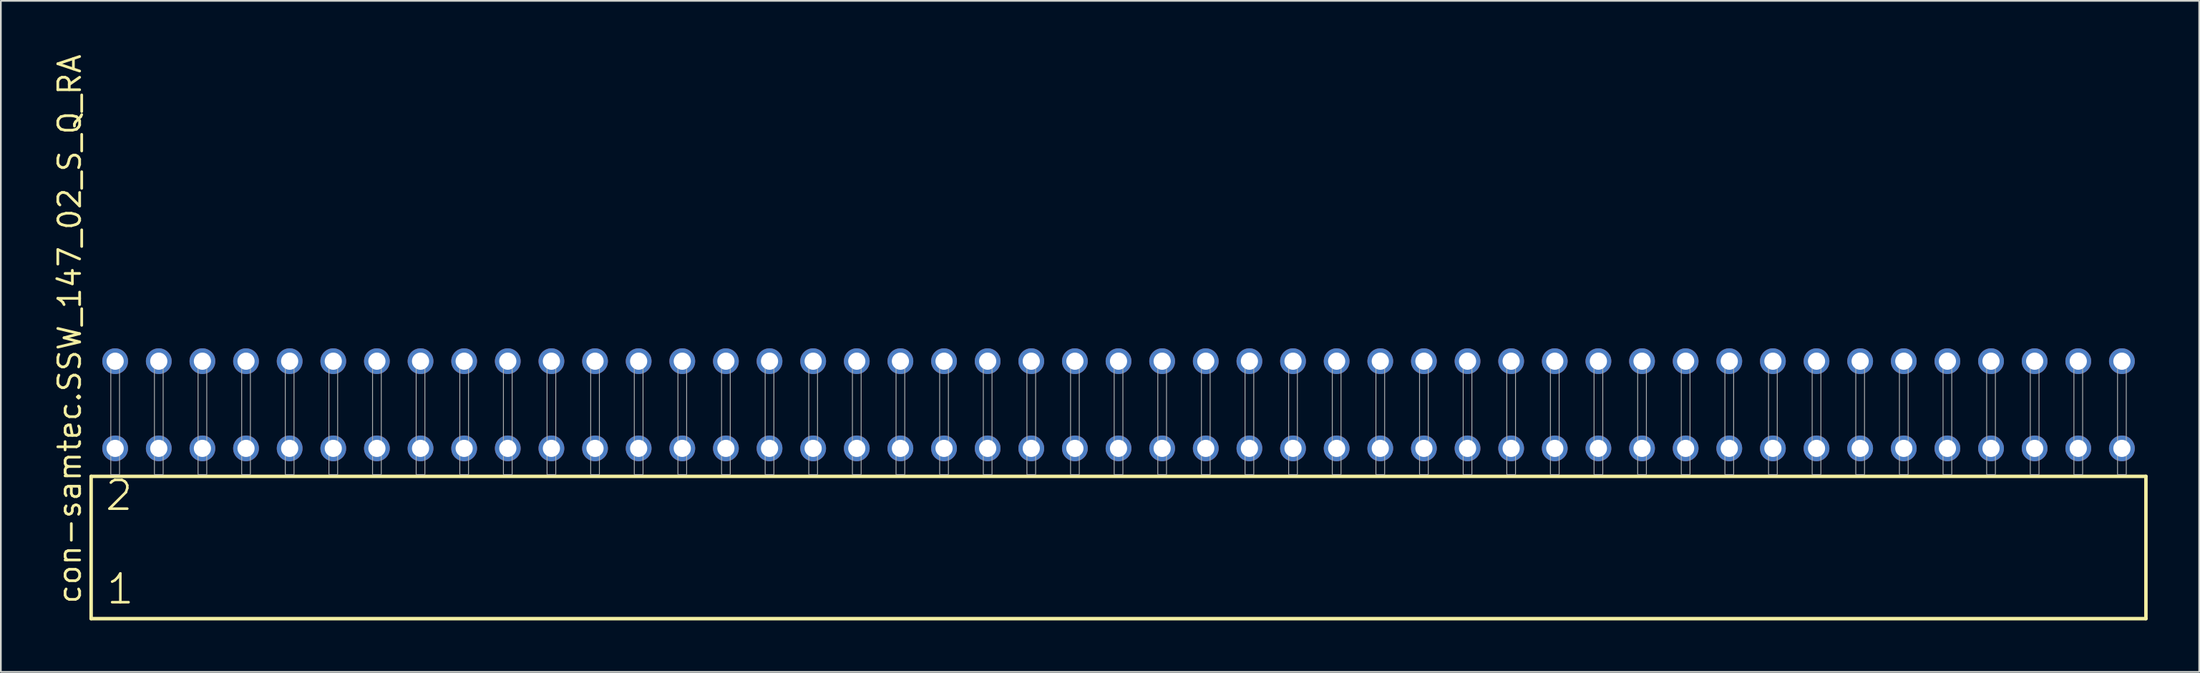
<source format=kicad_pcb>
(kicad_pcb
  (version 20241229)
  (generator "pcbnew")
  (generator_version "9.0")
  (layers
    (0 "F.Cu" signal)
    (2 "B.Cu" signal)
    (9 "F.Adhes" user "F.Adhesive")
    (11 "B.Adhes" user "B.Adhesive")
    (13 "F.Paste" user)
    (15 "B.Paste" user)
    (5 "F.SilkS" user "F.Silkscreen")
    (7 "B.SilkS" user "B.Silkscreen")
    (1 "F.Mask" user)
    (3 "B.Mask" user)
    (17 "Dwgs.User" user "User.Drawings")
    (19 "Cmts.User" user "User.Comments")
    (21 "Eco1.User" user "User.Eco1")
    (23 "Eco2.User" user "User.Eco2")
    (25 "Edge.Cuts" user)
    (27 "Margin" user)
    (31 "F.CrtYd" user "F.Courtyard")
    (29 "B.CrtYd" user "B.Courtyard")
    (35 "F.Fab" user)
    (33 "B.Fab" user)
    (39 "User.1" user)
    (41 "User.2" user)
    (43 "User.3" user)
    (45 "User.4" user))
  (footprint "con-samtec.SSW_147_02_S_Q_RA"
    (layer "F.Cu")
    (at 62.075 24.598)
    (property "Reference" "con-samtec.SSW_147_02_S_Q_RA" (at -60.325 7.62 90) (layer "F.SilkS") (effects (font (size 1.27 1.27) (thickness 0.16)) (justify left bottom)))
    (attr through_hole)
    (fp_line (start -59.819 0.106) (end -59.819 8.396) (stroke (width 0.203) (type default)) (layer "F.SilkS"))
    (fp_line (start -59.819 8.396) (end 59.819 8.396) (stroke (width 0.203) (type default)) (layer "F.SilkS"))
    (fp_line (start 59.819 0.106) (end -59.819 0.106) (stroke (width 0.203) (type default)) (layer "F.SilkS"))
    (fp_line (start 59.819 8.396) (end 59.819 0.106) (stroke (width 0.203) (type default)) (layer "F.SilkS"))
    (fp_rect (start -58.674 0) (end -58.166 -6.858) (stroke (width 0.05) (type default)) (fill no) (layer "F.Fab"))
    (fp_rect (start -56.134 0) (end -55.626 -6.858) (stroke (width 0.05) (type default)) (fill no) (layer "F.Fab"))
    (fp_rect (start -53.594 0) (end -53.086 -6.858) (stroke (width 0.05) (type default)) (fill no) (layer "F.Fab"))
    (fp_rect (start -51.054 0) (end -50.546 -6.858) (stroke (width 0.05) (type default)) (fill no) (layer "F.Fab"))
    (fp_rect (start -48.514 0) (end -48.006 -6.858) (stroke (width 0.05) (type default)) (fill no) (layer "F.Fab"))
    (fp_rect (start -45.974 0) (end -45.466 -6.858) (stroke (width 0.05) (type default)) (fill no) (layer "F.Fab"))
    (fp_rect (start -43.434 0) (end -42.926 -6.858) (stroke (width 0.05) (type default)) (fill no) (layer "F.Fab"))
    (fp_rect (start -40.894 0) (end -40.386 -6.858) (stroke (width 0.05) (type default)) (fill no) (layer "F.Fab"))
    (fp_rect (start -38.354 0) (end -37.846 -6.858) (stroke (width 0.05) (type default)) (fill no) (layer "F.Fab"))
    (fp_rect (start -35.814 0) (end -35.306 -6.858) (stroke (width 0.05) (type default)) (fill no) (layer "F.Fab"))
    (fp_rect (start -33.274 0) (end -32.766 -6.858) (stroke (width 0.05) (type default)) (fill no) (layer "F.Fab"))
    (fp_rect (start -30.734 0) (end -30.226 -6.858) (stroke (width 0.05) (type default)) (fill no) (layer "F.Fab"))
    (fp_rect (start -28.194 0) (end -27.686 -6.858) (stroke (width 0.05) (type default)) (fill no) (layer "F.Fab"))
    (fp_rect (start -25.654 0) (end -25.146 -6.858) (stroke (width 0.05) (type default)) (fill no) (layer "F.Fab"))
    (fp_rect (start -23.114 0) (end -22.606 -6.858) (stroke (width 0.05) (type default)) (fill no) (layer "F.Fab"))
    (fp_rect (start -20.574 0) (end -20.066 -6.858) (stroke (width 0.05) (type default)) (fill no) (layer "F.Fab"))
    (fp_rect (start -18.034 0) (end -17.526 -6.858) (stroke (width 0.05) (type default)) (fill no) (layer "F.Fab"))
    (fp_rect (start -15.494 0) (end -14.986 -6.858) (stroke (width 0.05) (type default)) (fill no) (layer "F.Fab"))
    (fp_rect (start -12.954 0) (end -12.446 -6.858) (stroke (width 0.05) (type default)) (fill no) (layer "F.Fab"))
    (fp_rect (start -10.414 0) (end -9.906 -6.858) (stroke (width 0.05) (type default)) (fill no) (layer "F.Fab"))
    (fp_rect (start -7.874 0) (end -7.366 -6.858) (stroke (width 0.05) (type default)) (fill no) (layer "F.Fab"))
    (fp_rect (start -5.334 0) (end -4.826 -6.858) (stroke (width 0.05) (type default)) (fill no) (layer "F.Fab"))
    (fp_rect (start -2.794 0) (end -2.286 -6.858) (stroke (width 0.05) (type default)) (fill no) (layer "F.Fab"))
    (fp_rect (start -0.254 0) (end 0.254 -6.858) (stroke (width 0.05) (type default)) (fill no) (layer "F.Fab"))
    (fp_rect (start 2.286 0) (end 2.794 -6.858) (stroke (width 0.05) (type default)) (fill no) (layer "F.Fab"))
    (fp_rect (start 4.826 0) (end 5.334 -6.858) (stroke (width 0.05) (type default)) (fill no) (layer "F.Fab"))
    (fp_rect (start 7.366 0) (end 7.874 -6.858) (stroke (width 0.05) (type default)) (fill no) (layer "F.Fab"))
    (fp_rect (start 9.906 0) (end 10.414 -6.858) (stroke (width 0.05) (type default)) (fill no) (layer "F.Fab"))
    (fp_rect (start 12.446 0) (end 12.954 -6.858) (stroke (width 0.05) (type default)) (fill no) (layer "F.Fab"))
    (fp_rect (start 14.986 0) (end 15.494 -6.858) (stroke (width 0.05) (type default)) (fill no) (layer "F.Fab"))
    (fp_rect (start 17.526 0) (end 18.034 -6.858) (stroke (width 0.05) (type default)) (fill no) (layer "F.Fab"))
    (fp_rect (start 20.066 0) (end 20.574 -6.858) (stroke (width 0.05) (type default)) (fill no) (layer "F.Fab"))
    (fp_rect (start 22.606 0) (end 23.114 -6.858) (stroke (width 0.05) (type default)) (fill no) (layer "F.Fab"))
    (fp_rect (start 25.146 0) (end 25.654 -6.858) (stroke (width 0.05) (type default)) (fill no) (layer "F.Fab"))
    (fp_rect (start 27.686 0) (end 28.194 -6.858) (stroke (width 0.05) (type default)) (fill no) (layer "F.Fab"))
    (fp_rect (start 30.226 0) (end 30.734 -6.858) (stroke (width 0.05) (type default)) (fill no) (layer "F.Fab"))
    (fp_rect (start 32.766 0) (end 33.274 -6.858) (stroke (width 0.05) (type default)) (fill no) (layer "F.Fab"))
    (fp_rect (start 35.306 0) (end 35.814 -6.858) (stroke (width 0.05) (type default)) (fill no) (layer "F.Fab"))
    (fp_rect (start 37.846 0) (end 38.354 -6.858) (stroke (width 0.05) (type default)) (fill no) (layer "F.Fab"))
    (fp_rect (start 40.386 0) (end 40.894 -6.858) (stroke (width 0.05) (type default)) (fill no) (layer "F.Fab"))
    (fp_rect (start 42.926 0) (end 43.434 -6.858) (stroke (width 0.05) (type default)) (fill no) (layer "F.Fab"))
    (fp_rect (start 45.466 0) (end 45.974 -6.858) (stroke (width 0.05) (type default)) (fill no) (layer "F.Fab"))
    (fp_rect (start 48.006 0) (end 48.514 -6.858) (stroke (width 0.05) (type default)) (fill no) (layer "F.Fab"))
    (fp_rect (start 50.546 0) (end 51.054 -6.858) (stroke (width 0.05) (type default)) (fill no) (layer "F.Fab"))
    (fp_rect (start 53.086 0) (end 53.594 -6.858) (stroke (width 0.05) (type default)) (fill no) (layer "F.Fab"))
    (fp_rect (start 55.626 0) (end 56.134 -6.858) (stroke (width 0.05) (type default)) (fill no) (layer "F.Fab"))
    (fp_rect (start 58.166 0) (end 58.674 -6.858) (stroke (width 0.05) (type default)) (fill no) (layer "F.Fab"))
    (fp_text user "2" (at -59.09 2.2 0) (layer "F.SilkS") (effects (font (size 1.676 1.676) (thickness 0.15)) (justify left bottom)))
    (fp_text user "1" (at -59.015 7.65 0) (layer "F.SilkS") (effects (font (size 1.676 1.676) (thickness 0.15)) (justify left bottom)))
    (pad "1" thru_hole circle (at -58.42 -1.524) (size 1.5 1.5) (drill 1) (layers "*.Cu" "*.Mask"))
    (pad "2" thru_hole circle (at -58.42 -6.604) (size 1.5 1.5) (drill 1) (layers "*.Cu" "*.Mask"))
    (pad "3" thru_hole circle (at -55.88 -1.524) (size 1.5 1.5) (drill 1) (layers "*.Cu" "*.Mask"))
    (pad "4" thru_hole circle (at -55.88 -6.604) (size 1.5 1.5) (drill 1) (layers "*.Cu" "*.Mask"))
    (pad "5" thru_hole circle (at -53.34 -1.524) (size 1.5 1.5) (drill 1) (layers "*.Cu" "*.Mask"))
    (pad "6" thru_hole circle (at -53.34 -6.604) (size 1.5 1.5) (drill 1) (layers "*.Cu" "*.Mask"))
    (pad "7" thru_hole circle (at -50.8 -1.524) (size 1.5 1.5) (drill 1) (layers "*.Cu" "*.Mask"))
    (pad "8" thru_hole circle (at -50.8 -6.604) (size 1.5 1.5) (drill 1) (layers "*.Cu" "*.Mask"))
    (pad "9" thru_hole circle (at -48.26 -1.524) (size 1.5 1.5) (drill 1) (layers "*.Cu" "*.Mask"))
    (pad "10" thru_hole circle (at -48.26 -6.604) (size 1.5 1.5) (drill 1) (layers "*.Cu" "*.Mask"))
    (pad "11" thru_hole circle (at -45.72 -1.524) (size 1.5 1.5) (drill 1) (layers "*.Cu" "*.Mask"))
    (pad "12" thru_hole circle (at -45.72 -6.604) (size 1.5 1.5) (drill 1) (layers "*.Cu" "*.Mask"))
    (pad "13" thru_hole circle (at -43.18 -1.524) (size 1.5 1.5) (drill 1) (layers "*.Cu" "*.Mask"))
    (pad "14" thru_hole circle (at -43.18 -6.604) (size 1.5 1.5) (drill 1) (layers "*.Cu" "*.Mask"))
    (pad "15" thru_hole circle (at -40.64 -1.524) (size 1.5 1.5) (drill 1) (layers "*.Cu" "*.Mask"))
    (pad "16" thru_hole circle (at -40.64 -6.604) (size 1.5 1.5) (drill 1) (layers "*.Cu" "*.Mask"))
    (pad "17" thru_hole circle (at -38.1 -1.524) (size 1.5 1.5) (drill 1) (layers "*.Cu" "*.Mask"))
    (pad "18" thru_hole circle (at -38.1 -6.604) (size 1.5 1.5) (drill 1) (layers "*.Cu" "*.Mask"))
    (pad "19" thru_hole circle (at -35.56 -1.524) (size 1.5 1.5) (drill 1) (layers "*.Cu" "*.Mask"))
    (pad "20" thru_hole circle (at -35.56 -6.604) (size 1.5 1.5) (drill 1) (layers "*.Cu" "*.Mask"))
    (pad "21" thru_hole circle (at -33.02 -1.524) (size 1.5 1.5) (drill 1) (layers "*.Cu" "*.Mask"))
    (pad "22" thru_hole circle (at -33.02 -6.604) (size 1.5 1.5) (drill 1) (layers "*.Cu" "*.Mask"))
    (pad "23" thru_hole circle (at -30.48 -1.524) (size 1.5 1.5) (drill 1) (layers "*.Cu" "*.Mask"))
    (pad "24" thru_hole circle (at -30.48 -6.604) (size 1.5 1.5) (drill 1) (layers "*.Cu" "*.Mask"))
    (pad "25" thru_hole circle (at -27.94 -1.524) (size 1.5 1.5) (drill 1) (layers "*.Cu" "*.Mask"))
    (pad "26" thru_hole circle (at -27.94 -6.604) (size 1.5 1.5) (drill 1) (layers "*.Cu" "*.Mask"))
    (pad "27" thru_hole circle (at -25.4 -1.524) (size 1.5 1.5) (drill 1) (layers "*.Cu" "*.Mask"))
    (pad "28" thru_hole circle (at -25.4 -6.604) (size 1.5 1.5) (drill 1) (layers "*.Cu" "*.Mask"))
    (pad "29" thru_hole circle (at -22.86 -1.524) (size 1.5 1.5) (drill 1) (layers "*.Cu" "*.Mask"))
    (pad "30" thru_hole circle (at -22.86 -6.604) (size 1.5 1.5) (drill 1) (layers "*.Cu" "*.Mask"))
    (pad "31" thru_hole circle (at -20.32 -1.524) (size 1.5 1.5) (drill 1) (layers "*.Cu" "*.Mask"))
    (pad "32" thru_hole circle (at -20.32 -6.604) (size 1.5 1.5) (drill 1) (layers "*.Cu" "*.Mask"))
    (pad "33" thru_hole circle (at -17.78 -1.524) (size 1.5 1.5) (drill 1) (layers "*.Cu" "*.Mask"))
    (pad "34" thru_hole circle (at -17.78 -6.604) (size 1.5 1.5) (drill 1) (layers "*.Cu" "*.Mask"))
    (pad "35" thru_hole circle (at -15.24 -1.524) (size 1.5 1.5) (drill 1) (layers "*.Cu" "*.Mask"))
    (pad "36" thru_hole circle (at -15.24 -6.604) (size 1.5 1.5) (drill 1) (layers "*.Cu" "*.Mask"))
    (pad "37" thru_hole circle (at -12.7 -1.524) (size 1.5 1.5) (drill 1) (layers "*.Cu" "*.Mask"))
    (pad "38" thru_hole circle (at -12.7 -6.604) (size 1.5 1.5) (drill 1) (layers "*.Cu" "*.Mask"))
    (pad "39" thru_hole circle (at -10.16 -1.524) (size 1.5 1.5) (drill 1) (layers "*.Cu" "*.Mask"))
    (pad "40" thru_hole circle (at -10.16 -6.604) (size 1.5 1.5) (drill 1) (layers "*.Cu" "*.Mask"))
    (pad "41" thru_hole circle (at -7.62 -1.524) (size 1.5 1.5) (drill 1) (layers "*.Cu" "*.Mask"))
    (pad "42" thru_hole circle (at -7.62 -6.604) (size 1.5 1.5) (drill 1) (layers "*.Cu" "*.Mask"))
    (pad "43" thru_hole circle (at -5.08 -1.524) (size 1.5 1.5) (drill 1) (layers "*.Cu" "*.Mask"))
    (pad "44" thru_hole circle (at -5.08 -6.604) (size 1.5 1.5) (drill 1) (layers "*.Cu" "*.Mask"))
    (pad "45" thru_hole circle (at -2.54 -1.524) (size 1.5 1.5) (drill 1) (layers "*.Cu" "*.Mask"))
    (pad "46" thru_hole circle (at -2.54 -6.604) (size 1.5 1.5) (drill 1) (layers "*.Cu" "*.Mask"))
    (pad "47" thru_hole circle (at 0 -1.524) (size 1.5 1.5) (drill 1) (layers "*.Cu" "*.Mask"))
    (pad "48" thru_hole circle (at 0 -6.604) (size 1.5 1.5) (drill 1) (layers "*.Cu" "*.Mask"))
    (pad "49" thru_hole circle (at 2.54 -1.524) (size 1.5 1.5) (drill 1) (layers "*.Cu" "*.Mask"))
    (pad "50" thru_hole circle (at 2.54 -6.604) (size 1.5 1.5) (drill 1) (layers "*.Cu" "*.Mask"))
    (pad "51" thru_hole circle (at 5.08 -1.524) (size 1.5 1.5) (drill 1) (layers "*.Cu" "*.Mask"))
    (pad "52" thru_hole circle (at 5.08 -6.604) (size 1.5 1.5) (drill 1) (layers "*.Cu" "*.Mask"))
    (pad "53" thru_hole circle (at 7.62 -1.524) (size 1.5 1.5) (drill 1) (layers "*.Cu" "*.Mask"))
    (pad "54" thru_hole circle (at 7.62 -6.604) (size 1.5 1.5) (drill 1) (layers "*.Cu" "*.Mask"))
    (pad "55" thru_hole circle (at 10.16 -1.524) (size 1.5 1.5) (drill 1) (layers "*.Cu" "*.Mask"))
    (pad "56" thru_hole circle (at 10.16 -6.604) (size 1.5 1.5) (drill 1) (layers "*.Cu" "*.Mask"))
    (pad "57" thru_hole circle (at 12.7 -1.524) (size 1.5 1.5) (drill 1) (layers "*.Cu" "*.Mask"))
    (pad "58" thru_hole circle (at 12.7 -6.604) (size 1.5 1.5) (drill 1) (layers "*.Cu" "*.Mask"))
    (pad "59" thru_hole circle (at 15.24 -1.524) (size 1.5 1.5) (drill 1) (layers "*.Cu" "*.Mask"))
    (pad "60" thru_hole circle (at 15.24 -6.604) (size 1.5 1.5) (drill 1) (layers "*.Cu" "*.Mask"))
    (pad "61" thru_hole circle (at 17.78 -1.524) (size 1.5 1.5) (drill 1) (layers "*.Cu" "*.Mask"))
    (pad "62" thru_hole circle (at 17.78 -6.604) (size 1.5 1.5) (drill 1) (layers "*.Cu" "*.Mask"))
    (pad "63" thru_hole circle (at 20.32 -1.524) (size 1.5 1.5) (drill 1) (layers "*.Cu" "*.Mask"))
    (pad "64" thru_hole circle (at 20.32 -6.604) (size 1.5 1.5) (drill 1) (layers "*.Cu" "*.Mask"))
    (pad "65" thru_hole circle (at 22.86 -1.524) (size 1.5 1.5) (drill 1) (layers "*.Cu" "*.Mask"))
    (pad "66" thru_hole circle (at 22.86 -6.604) (size 1.5 1.5) (drill 1) (layers "*.Cu" "*.Mask"))
    (pad "67" thru_hole circle (at 25.4 -1.524) (size 1.5 1.5) (drill 1) (layers "*.Cu" "*.Mask"))
    (pad "68" thru_hole circle (at 25.4 -6.604) (size 1.5 1.5) (drill 1) (layers "*.Cu" "*.Mask"))
    (pad "69" thru_hole circle (at 27.94 -1.524) (size 1.5 1.5) (drill 1) (layers "*.Cu" "*.Mask"))
    (pad "70" thru_hole circle (at 27.94 -6.604) (size 1.5 1.5) (drill 1) (layers "*.Cu" "*.Mask"))
    (pad "71" thru_hole circle (at 30.48 -1.524) (size 1.5 1.5) (drill 1) (layers "*.Cu" "*.Mask"))
    (pad "72" thru_hole circle (at 30.48 -6.604) (size 1.5 1.5) (drill 1) (layers "*.Cu" "*.Mask"))
    (pad "73" thru_hole circle (at 33.02 -1.524) (size 1.5 1.5) (drill 1) (layers "*.Cu" "*.Mask"))
    (pad "74" thru_hole circle (at 33.02 -6.604) (size 1.5 1.5) (drill 1) (layers "*.Cu" "*.Mask"))
    (pad "75" thru_hole circle (at 35.56 -1.524) (size 1.5 1.5) (drill 1) (layers "*.Cu" "*.Mask"))
    (pad "76" thru_hole circle (at 35.56 -6.604) (size 1.5 1.5) (drill 1) (layers "*.Cu" "*.Mask"))
    (pad "77" thru_hole circle (at 38.1 -1.524) (size 1.5 1.5) (drill 1) (layers "*.Cu" "*.Mask"))
    (pad "78" thru_hole circle (at 38.1 -6.604) (size 1.5 1.5) (drill 1) (layers "*.Cu" "*.Mask"))
    (pad "79" thru_hole circle (at 40.64 -1.524) (size 1.5 1.5) (drill 1) (layers "*.Cu" "*.Mask"))
    (pad "80" thru_hole circle (at 40.64 -6.604) (size 1.5 1.5) (drill 1) (layers "*.Cu" "*.Mask"))
    (pad "81" thru_hole circle (at 43.18 -1.524) (size 1.5 1.5) (drill 1) (layers "*.Cu" "*.Mask"))
    (pad "82" thru_hole circle (at 43.18 -6.604) (size 1.5 1.5) (drill 1) (layers "*.Cu" "*.Mask"))
    (pad "83" thru_hole circle (at 45.72 -1.524) (size 1.5 1.5) (drill 1) (layers "*.Cu" "*.Mask"))
    (pad "84" thru_hole circle (at 45.72 -6.604) (size 1.5 1.5) (drill 1) (layers "*.Cu" "*.Mask"))
    (pad "85" thru_hole circle (at 48.26 -1.524) (size 1.5 1.5) (drill 1) (layers "*.Cu" "*.Mask"))
    (pad "86" thru_hole circle (at 48.26 -6.604) (size 1.5 1.5) (drill 1) (layers "*.Cu" "*.Mask"))
    (pad "87" thru_hole circle (at 50.8 -1.524) (size 1.5 1.5) (drill 1) (layers "*.Cu" "*.Mask"))
    (pad "88" thru_hole circle (at 50.8 -6.604) (size 1.5 1.5) (drill 1) (layers "*.Cu" "*.Mask"))
    (pad "89" thru_hole circle (at 53.34 -1.524) (size 1.5 1.5) (drill 1) (layers "*.Cu" "*.Mask"))
    (pad "90" thru_hole circle (at 53.34 -6.604) (size 1.5 1.5) (drill 1) (layers "*.Cu" "*.Mask"))
    (pad "91" thru_hole circle (at 55.88 -1.524) (size 1.5 1.5) (drill 1) (layers "*.Cu" "*.Mask"))
    (pad "92" thru_hole circle (at 55.88 -6.604) (size 1.5 1.5) (drill 1) (layers "*.Cu" "*.Mask"))
    (pad "93" thru_hole circle (at 58.42 -1.524) (size 1.5 1.5) (drill 1) (layers "*.Cu" "*.Mask"))
    (pad "94" thru_hole circle (at 58.42 -6.604) (size 1.5 1.5) (drill 1) (layers "*.Cu" "*.Mask")))
  (gr_rect
    (start -3 -3)
    (end 124.996 36.096)
    (stroke (width 0.1) (type default))
    (fill no)
    (layer "Edge.Cuts")))
</source>
